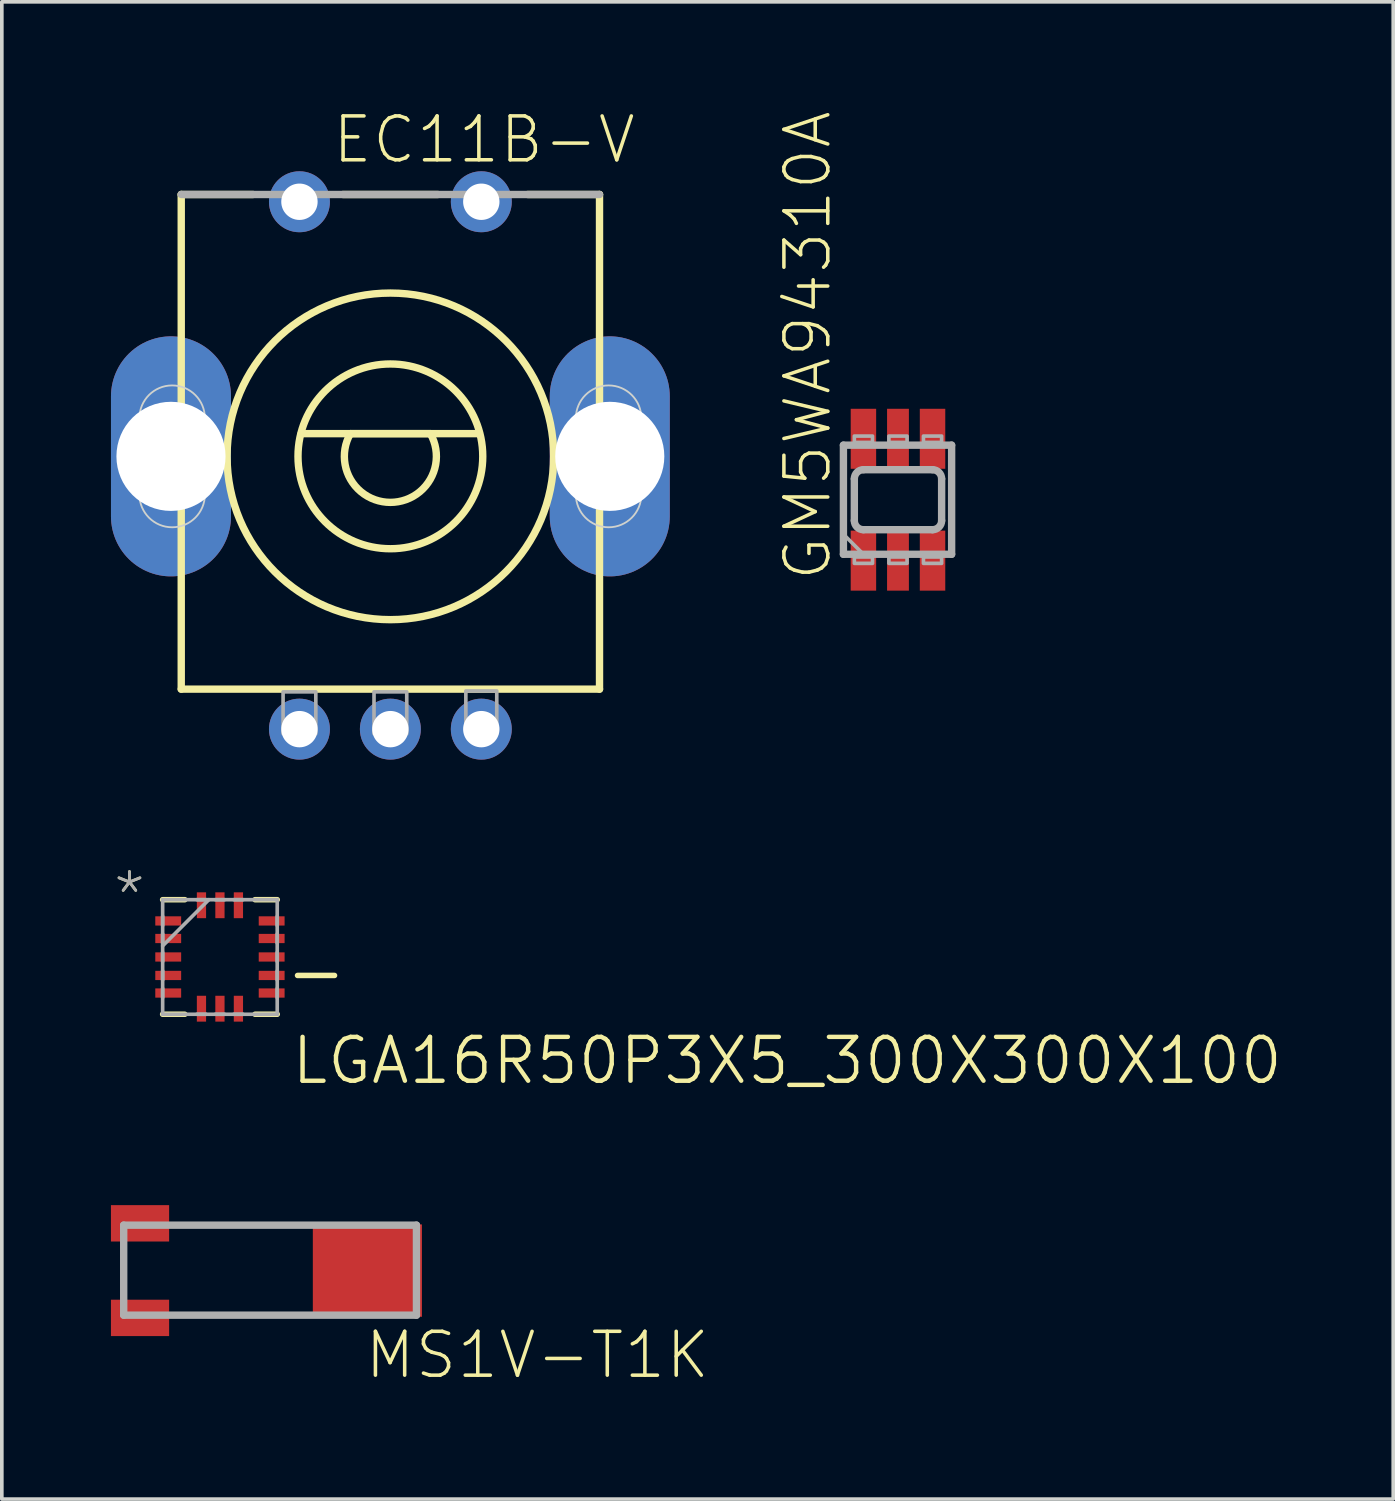
<source format=kicad_pcb>
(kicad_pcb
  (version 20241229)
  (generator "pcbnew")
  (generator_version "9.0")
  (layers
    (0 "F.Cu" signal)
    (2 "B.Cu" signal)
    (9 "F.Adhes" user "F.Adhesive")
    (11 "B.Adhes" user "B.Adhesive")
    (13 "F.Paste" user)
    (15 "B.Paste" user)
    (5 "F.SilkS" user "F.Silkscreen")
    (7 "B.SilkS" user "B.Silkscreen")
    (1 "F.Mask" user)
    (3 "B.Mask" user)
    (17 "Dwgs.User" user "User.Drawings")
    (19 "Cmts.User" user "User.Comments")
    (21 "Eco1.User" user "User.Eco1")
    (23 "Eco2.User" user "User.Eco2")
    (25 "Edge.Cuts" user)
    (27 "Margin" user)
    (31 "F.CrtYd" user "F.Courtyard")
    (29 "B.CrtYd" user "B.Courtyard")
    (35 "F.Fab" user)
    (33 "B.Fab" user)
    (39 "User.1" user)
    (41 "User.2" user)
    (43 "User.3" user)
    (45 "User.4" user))
  (footprint "LGA16R50P3X5_300X300X100"
    (layer "F.Cu")
    (at 2.997 23.261)
    (property "Reference" "LGA16R50P3X5_300X300X100" (at 1.905 3.556 0) (layer "F.SilkS") (effects (font (size 1.206 1.206) (thickness 0.121)) (justify left bottom)))
    (attr through_hole)
    (fp_line (start -1.575 1.575) (end -0.965 1.575) (stroke (width 0.152) (type solid)) (layer "F.SilkS"))
    (fp_line (start -0.965 -1.575) (end -1.575 -1.575) (stroke (width 0.152) (type solid)) (layer "F.SilkS"))
    (fp_line (start 0.965 1.575) (end 1.575 1.575) (stroke (width 0.152) (type solid)) (layer "F.SilkS"))
    (fp_line (start 1.575 -1.575) (end 0.965 -1.575) (stroke (width 0.152) (type solid)) (layer "F.SilkS"))
    (fp_line (start 2.134 0.508) (end 3.15 0.508) (stroke (width 0.152) (type solid)) (layer "F.SilkS"))
    (fp_line (start -1.575 -1.575) (end -1.575 1.575) (stroke (width 0.1) (type solid)) (layer "F.Fab"))
    (fp_line (start -1.575 -1.118) (end -1.575 -0.864) (stroke (width 0.1) (type solid)) (layer "F.Fab"))
    (fp_line (start -1.575 -0.635) (end -1.575 -0.381) (stroke (width 0.1) (type solid)) (layer "F.Fab"))
    (fp_line (start -1.575 -0.305) (end -0.305 -1.575) (stroke (width 0.1) (type solid)) (layer "F.Fab"))
    (fp_line (start -1.575 -0.127) (end -1.575 0.127) (stroke (width 0.1) (type solid)) (layer "F.Fab"))
    (fp_line (start -1.575 0.381) (end -1.575 0.635) (stroke (width 0.1) (type solid)) (layer "F.Fab"))
    (fp_line (start -1.575 0.864) (end -1.575 1.118) (stroke (width 0.1) (type solid)) (layer "F.Fab"))
    (fp_line (start -1.575 1.575) (end 1.575 1.575) (stroke (width 0.1) (type solid)) (layer "F.Fab"))
    (fp_line (start -0.635 1.575) (end -0.381 1.575) (stroke (width 0.1) (type solid)) (layer "F.Fab"))
    (fp_line (start -0.381 -1.575) (end -0.635 -1.575) (stroke (width 0.1) (type solid)) (layer "F.Fab"))
    (fp_line (start -0.127 1.575) (end 0.127 1.575) (stroke (width 0.1) (type solid)) (layer "F.Fab"))
    (fp_line (start 0.127 -1.575) (end -0.127 -1.575) (stroke (width 0.1) (type solid)) (layer "F.Fab"))
    (fp_line (start 0.381 1.575) (end 0.635 1.575) (stroke (width 0.1) (type solid)) (layer "F.Fab"))
    (fp_line (start 0.635 -1.575) (end 0.381 -1.575) (stroke (width 0.1) (type solid)) (layer "F.Fab"))
    (fp_line (start 1.575 -1.575) (end -1.575 -1.575) (stroke (width 0.1) (type solid)) (layer "F.Fab"))
    (fp_line (start 1.575 -0.864) (end 1.575 -1.118) (stroke (width 0.1) (type solid)) (layer "F.Fab"))
    (fp_line (start 1.575 -0.381) (end 1.575 -0.635) (stroke (width 0.1) (type solid)) (layer "F.Fab"))
    (fp_line (start 1.575 0.127) (end 1.575 -0.127) (stroke (width 0.1) (type solid)) (layer "F.Fab"))
    (fp_line (start 1.575 0.635) (end 1.575 0.381) (stroke (width 0.1) (type solid)) (layer "F.Fab"))
    (fp_line (start 1.575 1.118) (end 1.575 0.864) (stroke (width 0.1) (type solid)) (layer "F.Fab"))
    (fp_line (start 1.575 1.575) (end 1.575 -1.575) (stroke (width 0.1) (type solid)) (layer "F.Fab"))
    (fp_text user "*" (at -2.997 -0.991 0) (layer "F.SilkS") (effects (font (size 1.206 1.206) (thickness 0.076)) (justify left bottom)))
    (fp_text user "*" (at -2.997 -0.991 0) (layer "F.Fab") (effects (font (size 1.206 1.206) (thickness 0.076)) (justify left bottom)))
    (pad "1" smd rect (at -1.422 -0.991 270) (size 0.254 0.711) (layers "F.Cu" "F.Mask" "F.Paste"))
    (pad "2" smd rect (at -1.422 -0.508 270) (size 0.254 0.711) (layers "F.Cu" "F.Mask" "F.Paste"))
    (pad "3" smd rect (at -1.422 0 270) (size 0.254 0.711) (layers "F.Cu" "F.Mask" "F.Paste"))
    (pad "4" smd rect (at -1.422 0.508 270) (size 0.254 0.711) (layers "F.Cu" "F.Mask" "F.Paste"))
    (pad "5" smd rect (at -1.422 0.991 270) (size 0.254 0.711) (layers "F.Cu" "F.Mask" "F.Paste"))
    (pad "6" smd rect (at -0.508 1.422 180) (size 0.254 0.711) (layers "F.Cu" "F.Mask" "F.Paste"))
    (pad "7" smd rect (at 0 1.422 180) (size 0.254 0.711) (layers "F.Cu" "F.Mask" "F.Paste"))
    (pad "8" smd rect (at 0.508 1.422 180) (size 0.254 0.711) (layers "F.Cu" "F.Mask" "F.Paste"))
    (pad "9" smd rect (at 1.422 0.991 270) (size 0.254 0.711) (layers "F.Cu" "F.Mask" "F.Paste"))
    (pad "10" smd rect (at 1.422 0.508 270) (size 0.254 0.711) (layers "F.Cu" "F.Mask" "F.Paste"))
    (pad "11" smd rect (at 1.422 0 270) (size 0.254 0.711) (layers "F.Cu" "F.Mask" "F.Paste"))
    (pad "12" smd rect (at 1.422 -0.508 270) (size 0.254 0.711) (layers "F.Cu" "F.Mask" "F.Paste"))
    (pad "13" smd rect (at 1.422 -0.991 270) (size 0.254 0.711) (layers "F.Cu" "F.Mask" "F.Paste"))
    (pad "14" smd rect (at 0.508 -1.422 180) (size 0.254 0.711) (layers "F.Cu" "F.Mask" "F.Paste"))
    (pad "15" smd rect (at 0 -1.422 180) (size 0.254 0.711) (layers "F.Cu" "F.Mask" "F.Paste"))
    (pad "16" smd rect (at -0.508 -1.422 180) (size 0.254 0.711) (layers "F.Cu" "F.Mask" "F.Paste")))
  (footprint "EC11B-V"
    (layer "F.Cu")
    (at 7.683 9.497)
    (property "Reference" "EC11B-V" (at -1.651 -8.001 180) (layer "F.SilkS") (effects (font (size 1.206 1.206) (thickness 0.097)) (justify left bottom)))
    (attr through_hole)
    (fp_line (start -6.9 -1.05) (end -5.1 -1.05) (stroke (width 0.12) (type solid)) (layer "F.SilkS"))
    (fp_line (start -6.9 1.05) (end -6.9 -1.05) (stroke (width 0.12) (type solid)) (layer "F.SilkS"))
    (fp_line (start -5.75 -7.2) (end -3.775 -7.2) (stroke (width 0.203) (type solid)) (layer "F.SilkS"))
    (fp_line (start -5.75 6.4) (end -5.75 -7.2) (stroke (width 0.203) (type solid)) (layer "F.SilkS"))
    (fp_line (start -5.1 -1.05) (end -5.1 1.05) (stroke (width 0.12) (type solid)) (layer "F.SilkS"))
    (fp_line (start -5.1 1.05) (end -6.9 1.05) (stroke (width 0.12) (type solid)) (layer "F.SilkS"))
    (fp_line (start -2.45 -0.625) (end 2.425 -0.625) (stroke (width 0.203) (type solid)) (layer "F.SilkS"))
    (fp_line (start -1.305 -7.2) (end 1.305 -7.2) (stroke (width 0.203) (type solid)) (layer "F.SilkS"))
    (fp_line (start -1.1 -0.625) (end 1.1 -0.625) (stroke (width 0.203) (type solid)) (layer "F.SilkS"))
    (fp_line (start 3.775 -7.2) (end 5.75 -7.2) (stroke (width 0.203) (type solid)) (layer "F.SilkS"))
    (fp_line (start 5.1 -1.05) (end 6.9 -1.05) (stroke (width 0.12) (type solid)) (layer "F.SilkS"))
    (fp_line (start 5.1 1.05) (end 5.1 -1.05) (stroke (width 0.12) (type solid)) (layer "F.SilkS"))
    (fp_line (start 5.75 -7.2) (end 5.75 6.4) (stroke (width 0.203) (type solid)) (layer "F.SilkS"))
    (fp_line (start 5.75 6.4) (end -5.75 6.4) (stroke (width 0.203) (type solid)) (layer "F.SilkS"))
    (fp_line (start 6.9 -1.05) (end 6.9 1.05) (stroke (width 0.12) (type solid)) (layer "F.SilkS"))
    (fp_line (start 6.9 1.05) (end 5.1 1.05) (stroke (width 0.12) (type solid)) (layer "F.SilkS"))
    (fp_arc (start 1.1 -0.625) (mid 0 1.265158) (end -1.1 -0.625) (stroke (width 0.2032) (type solid)) (layer "F.SilkS"))
    (fp_circle (center 0 0) (end 2.54 0) (stroke (width 0.203) (type solid)) (fill no) (layer "F.SilkS"))
    (fp_circle (center 0 0) (end 4.49 0) (stroke (width 0.203) (type solid)) (fill no) (layer "F.SilkS"))
    (fp_line (start -6.9 -1.05) (end -6.9 1.05) (stroke (width 0.05) (type solid)) (layer "Edge.Cuts"))
    (fp_line (start -5.1 -1.05) (end -5.1 1.05) (stroke (width 0.05) (type solid)) (layer "Edge.Cuts"))
    (fp_line (start 5.1 1.05) (end 5.1 -1.05) (stroke (width 0.05) (type solid)) (layer "Edge.Cuts"))
    (fp_line (start 6.9 1.05) (end 6.9 -1.05) (stroke (width 0.05) (type solid)) (layer "Edge.Cuts"))
    (fp_arc (start -6.9 -1.05) (mid -6 -1.95) (end -5.1 -1.05) (stroke (width 0.05) (type solid)) (layer "Edge.Cuts"))
    (fp_arc (start -5.1 1.05) (mid -6 1.95) (end -6.9 1.05) (stroke (width 0.05) (type solid)) (layer "Edge.Cuts"))
    (fp_arc (start 5.1 -1.05) (mid 6 -1.95) (end 6.9 -1.05) (stroke (width 0.05) (type solid)) (layer "Edge.Cuts"))
    (fp_arc (start 6.9 1.05) (mid 6 1.95) (end 5.1 1.05) (stroke (width 0.05) (type solid)) (layer "Edge.Cuts"))
    (fp_line (start -5.75 -7.2) (end 5.75 -7.2) (stroke (width 0.203) (type solid)) (layer "F.Fab"))
    (fp_poly (pts (xy -2.95 7.625) (xy -2.05 7.625) (xy -2.05 6.475) (xy -2.95 6.475)) (stroke (width 0.1) (type solid)) (fill no) (layer "F.Fab"))
    (fp_poly (pts (xy -0.45 7.625) (xy 0.45 7.625) (xy 0.45 6.475) (xy -0.45 6.475)) (stroke (width 0.1) (type solid)) (fill no) (layer "F.Fab"))
    (fp_poly (pts (xy 2.075 7.625) (xy 2.925 7.625) (xy 2.925 6.45) (xy 2.075 6.45)) (stroke (width 0.1) (type solid)) (fill no) (layer "F.Fab"))
    (pad "A" thru_hole circle (at -2.5 7.5) (size 1.676 1.676) (drill 1) (layers "*.Cu" "*.Mask"))
    (pad "B" thru_hole circle (at 2.5 7.5) (size 1.676 1.676) (drill 1) (layers "*.Cu" "*.Mask"))
    (pad "C" thru_hole circle (at 0 7.5) (size 1.676 1.676) (drill 1) (layers "*.Cu" "*.Mask"))
    (pad "D" thru_hole circle (at -2.5 -7) (size 1.676 1.676) (drill 1) (layers "*.Cu" "*.Mask"))
    (pad "E" thru_hole circle (at 2.5 -7) (size 1.676 1.676) (drill 1) (layers "*.Cu" "*.Mask"))
    (pad "G1" thru_hole oval (at -6.032 0 90) (size 6.6 3.3) (drill 3) (layers "*.Cu" "*.Mask"))
    (pad "G2" thru_hole oval (at 6.032 0 90) (size 6.6 3.3) (drill 3) (layers "*.Cu" "*.Mask")))
  (footprint "GM5WA94310A"
    (layer "F.Cu")
    (at 21.639 10.689)
    (property "Reference" "GM5WA94310A" (at -1.778 2.286 90) (layer "F.SilkS") (effects (font (size 1.206 1.206) (thickness 0.097)) (justify left bottom)))
    (attr through_hole)
    (fp_poly (pts (xy -1.375 2.575) (xy -0.525 2.575) (xy -0.525 0.775) (xy -1.375 0.775)) (stroke (width 0) (type solid)) (fill yes) (layer "F.Mask"))
    (fp_poly (pts (xy -0.525 -2.575) (xy -1.375 -2.575) (xy -1.375 -0.775) (xy -0.525 -0.775)) (stroke (width 0) (type solid)) (fill yes) (layer "F.Mask"))
    (fp_poly (pts (xy -0.375 2.575) (xy 0.375 2.575) (xy 0.375 0.775) (xy -0.375 0.775)) (stroke (width 0) (type solid)) (fill yes) (layer "F.Mask"))
    (fp_poly (pts (xy 0.375 -2.575) (xy -0.375 -2.575) (xy -0.375 -0.775) (xy 0.375 -0.775)) (stroke (width 0) (type solid)) (fill yes) (layer "F.Mask"))
    (fp_poly (pts (xy 0.525 2.575) (xy 1.375 2.575) (xy 1.375 0.775) (xy 0.525 0.775)) (stroke (width 0) (type solid)) (fill yes) (layer "F.Mask"))
    (fp_poly (pts (xy 1.375 -2.575) (xy 0.525 -2.575) (xy 0.525 -0.775) (xy 1.375 -0.775)) (stroke (width 0) (type solid)) (fill yes) (layer "F.Mask"))
    (fp_line (start -1.5 -1.5) (end -1.5 1.5) (stroke (width 0.203) (type solid)) (layer "F.Fab"))
    (fp_line (start -1.5 1.5) (end 1.475 1.5) (stroke (width 0.203) (type solid)) (layer "F.Fab"))
    (fp_line (start -1.2 -0.575) (end -1.2 0.575) (stroke (width 0.203) (type solid)) (layer "F.Fab"))
    (fp_line (start -0.95 -0.825) (end 0.95 -0.825) (stroke (width 0.203) (type solid)) (layer "F.Fab"))
    (fp_line (start 0.95 0.825) (end -0.95 0.825) (stroke (width 0.203) (type solid)) (layer "F.Fab"))
    (fp_line (start 1.2 -0.575) (end 1.2 0.575) (stroke (width 0.203) (type solid)) (layer "F.Fab"))
    (fp_line (start 1.475 -1.5) (end -1.5 -1.5) (stroke (width 0.203) (type solid)) (layer "F.Fab"))
    (fp_line (start 1.475 1.5) (end 1.475 -1.5) (stroke (width 0.203) (type solid)) (layer "F.Fab"))
    (fp_arc (start -1.2 -0.575) (mid -1.126777 -0.751777) (end -0.95 -0.825) (stroke (width 0.2032) (type solid)) (layer "F.Fab"))
    (fp_arc (start -0.95 0.825) (mid -1.126777 0.751777) (end -1.2 0.575) (stroke (width 0.2032) (type solid)) (layer "F.Fab"))
    (fp_arc (start 0.95 -0.825) (mid 1.126777 -0.751777) (end 1.2 -0.575) (stroke (width 0.2032) (type solid)) (layer "F.Fab"))
    (fp_arc (start 1.2 0.575) (mid 1.126777 0.751777) (end 0.95 0.825) (stroke (width 0.2032) (type solid)) (layer "F.Fab"))
    (fp_poly (pts (xy -1.5 1.5) (xy -1.025 1.5) (xy -0.95 1.5) (xy -1.5 0.95)) (stroke (width 0.1) (type solid)) (fill no) (layer "F.Fab"))
    (fp_poly (pts (xy -1.2 -1.575) (xy -0.7 -1.575) (xy -0.7 -1.75) (xy -1.2 -1.75)) (stroke (width 0.1) (type solid)) (fill no) (layer "F.Fab"))
    (fp_poly (pts (xy -0.7 1.575) (xy -1.2 1.575) (xy -1.2 1.75) (xy -0.7 1.75)) (stroke (width 0.1) (type solid)) (fill no) (layer "F.Fab"))
    (fp_poly (pts (xy -0.25 -1.575) (xy 0.25 -1.575) (xy 0.25 -1.75) (xy -0.25 -1.75)) (stroke (width 0.1) (type solid)) (fill no) (layer "F.Fab"))
    (fp_poly (pts (xy 0.25 1.575) (xy -0.25 1.575) (xy -0.25 1.75) (xy 0.25 1.75)) (stroke (width 0.1) (type solid)) (fill no) (layer "F.Fab"))
    (fp_poly (pts (xy 0.7 -1.575) (xy 1.2 -1.575) (xy 1.2 -1.75) (xy 0.7 -1.75)) (stroke (width 0.1) (type solid)) (fill no) (layer "F.Fab"))
    (fp_poly (pts (xy 1.2 1.575) (xy 0.7 1.575) (xy 0.7 1.75) (xy 1.2 1.75)) (stroke (width 0.1) (type solid)) (fill no) (layer "F.Fab"))
    (pad "1" smd rect (at -0.95 1.675) (size 0.7 1.65) (layers "F.Cu" "F.Mask" "F.Paste"))
    (pad "2" smd rect (at 0 1.675) (size 0.6 1.65) (layers "F.Cu" "F.Mask" "F.Paste"))
    (pad "3" smd rect (at 0.95 1.675) (size 0.7 1.65) (layers "F.Cu" "F.Mask" "F.Paste"))
    (pad "4" smd rect (at 0.95 -1.675 180) (size 0.7 1.65) (layers "F.Cu" "F.Mask" "F.Paste"))
    (pad "5" smd rect (at 0 -1.675 180) (size 0.6 1.65) (layers "F.Cu" "F.Mask" "F.Paste"))
    (pad "6" smd rect (at -0.95 -1.675 180) (size 0.7 1.65) (layers "F.Cu" "F.Mask" "F.Paste")))
  (footprint "MS1V-T1K"
    (layer "F.Cu")
    (at 3.701 31.884)
    (property "Reference" "MS1V-T1K" (at 3.22 3.027 180) (layer "F.SilkS") (effects (font (size 1.206 1.206) (thickness 0.097)) (justify left bottom)))
    (attr through_hole)
    (fp_line (start -3.35 -1.25) (end -3.35 1.225) (stroke (width 0.203) (type solid)) (layer "F.Fab"))
    (fp_line (start -3.35 -1.25) (end 4.699 -1.25) (stroke (width 0.203) (type solid)) (layer "F.Fab"))
    (fp_line (start 4.699 -1.25) (end 4.699 1.225) (stroke (width 0.203) (type solid)) (layer "F.Fab"))
    (fp_line (start 4.699 1.225) (end -3.35 1.225) (stroke (width 0.203) (type solid)) (layer "F.Fab"))
    (pad "1" smd rect (at -2.901 1.3) (size 1.6 1) (layers "F.Cu" "F.Mask" "F.Paste"))
    (pad "3" smd rect (at 3.35 0 180) (size 3 2.54) (layers "F.Cu" "F.Mask" "F.Paste"))
    (pad "4" smd rect (at -2.901 -1.3 180) (size 1.6 1) (layers "F.Cu" "F.Mask" "F.Paste")))
  (gr_rect
    (start -3 -3)
    (end 35.255 38.165)
    (stroke (width 0.1) (type default))
    (fill no)
    (layer "Edge.Cuts")))
</source>
